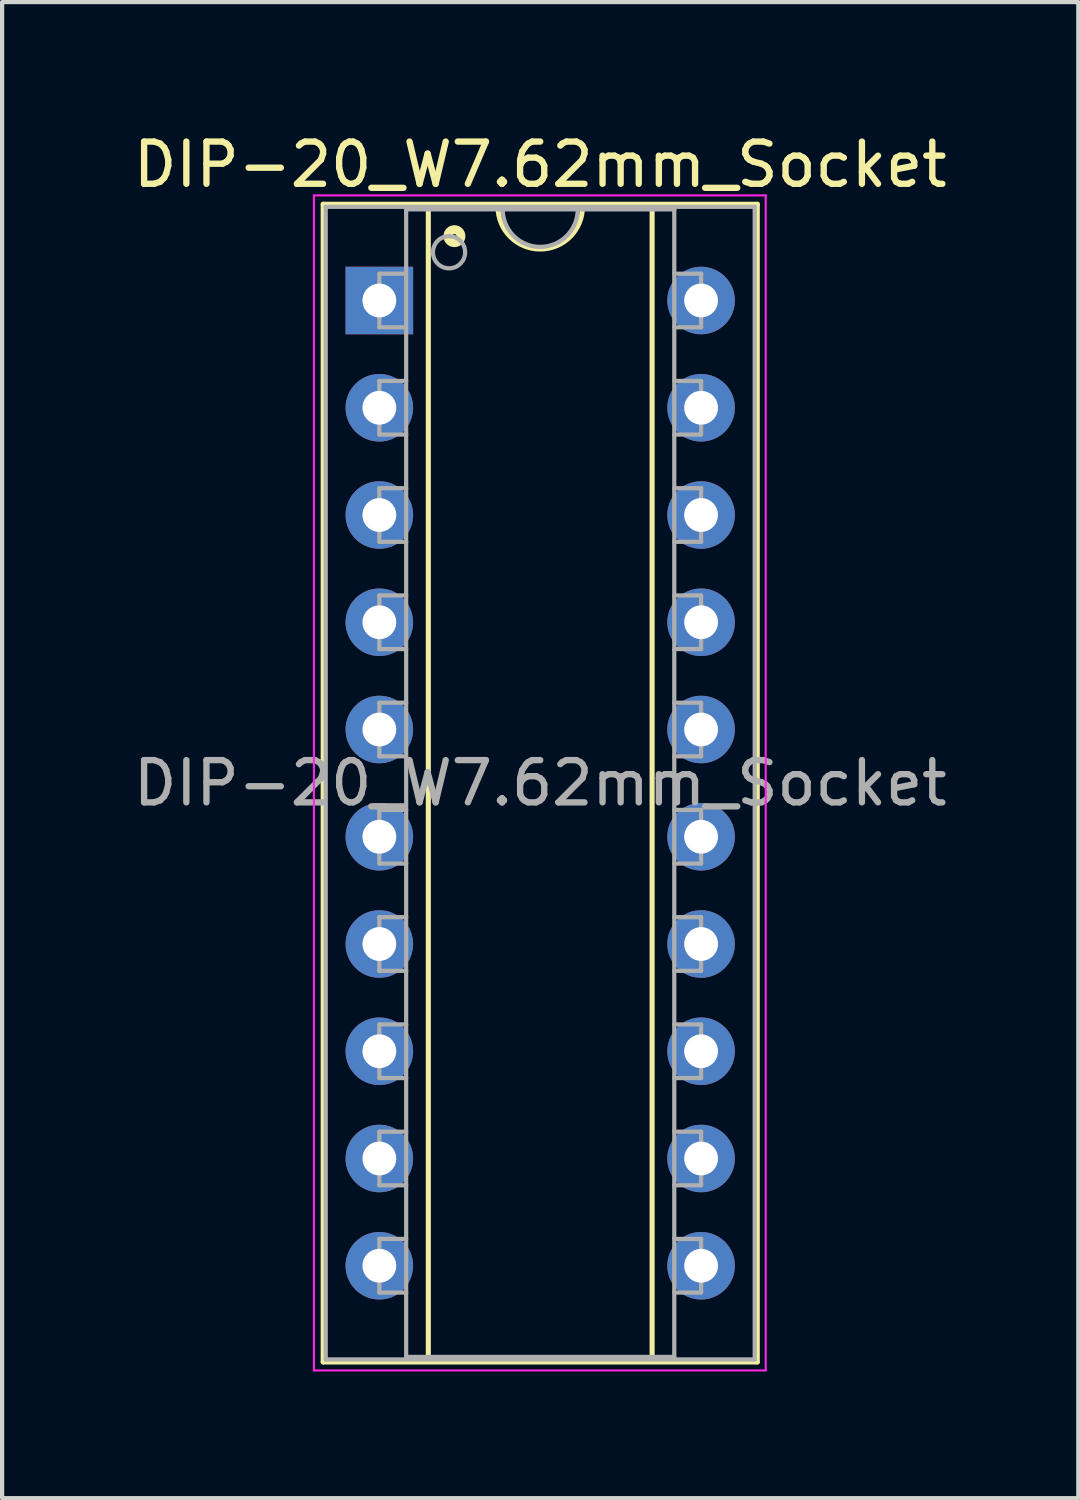
<source format=kicad_pcb>
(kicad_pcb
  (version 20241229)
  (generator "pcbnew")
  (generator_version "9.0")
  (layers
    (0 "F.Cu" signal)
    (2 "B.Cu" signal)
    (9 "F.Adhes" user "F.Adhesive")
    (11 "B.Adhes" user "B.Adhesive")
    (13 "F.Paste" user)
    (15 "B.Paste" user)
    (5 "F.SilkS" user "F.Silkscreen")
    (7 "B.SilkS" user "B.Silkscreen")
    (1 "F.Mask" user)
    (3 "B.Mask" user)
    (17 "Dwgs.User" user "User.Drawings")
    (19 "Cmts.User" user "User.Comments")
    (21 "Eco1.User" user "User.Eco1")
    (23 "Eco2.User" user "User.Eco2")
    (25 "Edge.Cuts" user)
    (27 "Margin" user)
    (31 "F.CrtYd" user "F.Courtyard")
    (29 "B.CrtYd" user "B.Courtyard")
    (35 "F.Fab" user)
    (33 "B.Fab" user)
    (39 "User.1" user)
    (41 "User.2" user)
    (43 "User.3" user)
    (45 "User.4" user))
  (footprint "DIP-20_W7.62mm_Socket"
    (layer "F.Cu")
    (at 5.934 4.067)
    (property "Reference" "DIP-20_W7.62mm_Socket" (at 3.81 -3.219 0) (layer "F.SilkS") (effects (font (size 1 1) (thickness 0.15))))
    (attr through_hole)
    (fp_line (start -1.33 -2.279) (end -1.33 25.139) (stroke (width 0.12) (type solid)) (layer "F.SilkS"))
    (fp_line (start -1.33 25.139) (end 8.95 25.139) (stroke (width 0.12) (type solid)) (layer "F.SilkS"))
    (fp_line (start 1.16 -2.219) (end 1.16 25.079) (stroke (width 0.12) (type solid)) (layer "F.SilkS"))
    (fp_line (start 1.16 25.079) (end 6.46 25.079) (stroke (width 0.12) (type solid)) (layer "F.SilkS"))
    (fp_line (start 2.81 -2.219) (end 1.16 -2.219) (stroke (width 0.12) (type solid)) (layer "F.SilkS"))
    (fp_line (start 6.46 -2.219) (end 4.81 -2.219) (stroke (width 0.12) (type solid)) (layer "F.SilkS"))
    (fp_line (start 6.46 25.079) (end 6.46 -2.219) (stroke (width 0.12) (type solid)) (layer "F.SilkS"))
    (fp_line (start 8.95 -2.279) (end -1.33 -2.279) (stroke (width 0.12) (type solid)) (layer "F.SilkS"))
    (fp_line (start 8.95 25.139) (end 8.95 -2.279) (stroke (width 0.12) (type solid)) (layer "F.SilkS"))
    (fp_arc (start 4.81 -2.219) (mid 3.81 -1.219) (end 2.81 -2.219) (stroke (width 0.12) (type solid)) (layer "F.SilkS"))
    (fp_circle (center 1.778 -1.524) (end 1.828 -1.524) (stroke (width 0.12) (type solid)) (fill no) (layer "F.SilkS"))
    (fp_circle (center 1.778 -1.524) (end 1.903 -1.524) (stroke (width 0.12) (type solid)) (fill no) (layer "F.SilkS"))
    (fp_circle (center 1.778 -1.524) (end 1.978 -1.524) (stroke (width 0.12) (type solid)) (fill no) (layer "F.SilkS"))
    (fp_line (start -1.55 -2.489) (end -1.55 25.339) (stroke (width 0.05) (type solid)) (layer "F.CrtYd"))
    (fp_line (start -1.55 25.339) (end 9.15 25.339) (stroke (width 0.05) (type solid)) (layer "F.CrtYd"))
    (fp_line (start 9.15 -2.489) (end -1.55 -2.489) (stroke (width 0.05) (type solid)) (layer "F.CrtYd"))
    (fp_line (start 9.15 25.339) (end 9.15 -2.489) (stroke (width 0.05) (type solid)) (layer "F.CrtYd"))
    (fp_line (start -1.27 -2.219) (end -1.27 25.079) (stroke (width 0.1) (type solid)) (layer "F.Fab"))
    (fp_line (start -1.27 25.079) (end 8.89 25.079) (stroke (width 0.1) (type solid)) (layer "F.Fab"))
    (fp_line (start 0 -0.635) (end 0 0.635) (stroke (width 0.1) (type solid)) (layer "F.Fab"))
    (fp_line (start 0 -0.635) (end 0.635 -0.635) (stroke (width 0.1) (type solid)) (layer "F.Fab"))
    (fp_line (start 0 0.635) (end 0.635 0.635) (stroke (width 0.1) (type solid)) (layer "F.Fab"))
    (fp_line (start 0 1.905) (end 0 3.175) (stroke (width 0.1) (type solid)) (layer "F.Fab"))
    (fp_line (start 0 1.905) (end 0.635 1.905) (stroke (width 0.1) (type solid)) (layer "F.Fab"))
    (fp_line (start 0 3.175) (end 0.635 3.175) (stroke (width 0.1) (type solid)) (layer "F.Fab"))
    (fp_line (start 0 4.445) (end 0 5.715) (stroke (width 0.1) (type solid)) (layer "F.Fab"))
    (fp_line (start 0 4.445) (end 0.635 4.445) (stroke (width 0.1) (type solid)) (layer "F.Fab"))
    (fp_line (start 0 5.715) (end 0.635 5.715) (stroke (width 0.1) (type solid)) (layer "F.Fab"))
    (fp_line (start 0 6.985) (end 0 8.255) (stroke (width 0.1) (type solid)) (layer "F.Fab"))
    (fp_line (start 0 6.985) (end 0.635 6.985) (stroke (width 0.1) (type solid)) (layer "F.Fab"))
    (fp_line (start 0 8.255) (end 0.635 8.255) (stroke (width 0.1) (type solid)) (layer "F.Fab"))
    (fp_line (start 0 9.525) (end 0 10.795) (stroke (width 0.1) (type solid)) (layer "F.Fab"))
    (fp_line (start 0 9.525) (end 0.635 9.525) (stroke (width 0.1) (type solid)) (layer "F.Fab"))
    (fp_line (start 0 10.795) (end 0.635 10.795) (stroke (width 0.1) (type solid)) (layer "F.Fab"))
    (fp_line (start 0 12.065) (end 0 13.335) (stroke (width 0.1) (type solid)) (layer "F.Fab"))
    (fp_line (start 0 12.065) (end 0.635 12.065) (stroke (width 0.1) (type solid)) (layer "F.Fab"))
    (fp_line (start 0 13.335) (end 0.635 13.335) (stroke (width 0.1) (type solid)) (layer "F.Fab"))
    (fp_line (start 0 14.605) (end 0 15.875) (stroke (width 0.1) (type solid)) (layer "F.Fab"))
    (fp_line (start 0 14.605) (end 0.635 14.605) (stroke (width 0.1) (type solid)) (layer "F.Fab"))
    (fp_line (start 0 15.875) (end 0.635 15.875) (stroke (width 0.1) (type solid)) (layer "F.Fab"))
    (fp_line (start 0 17.145) (end 0 18.415) (stroke (width 0.1) (type solid)) (layer "F.Fab"))
    (fp_line (start 0 17.145) (end 0.635 17.145) (stroke (width 0.1) (type solid)) (layer "F.Fab"))
    (fp_line (start 0 18.415) (end 0.635 18.415) (stroke (width 0.1) (type solid)) (layer "F.Fab"))
    (fp_line (start 0 19.685) (end 0 20.955) (stroke (width 0.1) (type solid)) (layer "F.Fab"))
    (fp_line (start 0 19.685) (end 0.635 19.685) (stroke (width 0.1) (type solid)) (layer "F.Fab"))
    (fp_line (start 0 20.955) (end 0.635 20.955) (stroke (width 0.1) (type solid)) (layer "F.Fab"))
    (fp_line (start 0 22.225) (end 0 23.495) (stroke (width 0.1) (type solid)) (layer "F.Fab"))
    (fp_line (start 0 22.225) (end 0.635 22.225) (stroke (width 0.1) (type solid)) (layer "F.Fab"))
    (fp_line (start 0 23.495) (end 0.635 23.495) (stroke (width 0.1) (type solid)) (layer "F.Fab"))
    (fp_line (start 0.635 -2.159) (end 6.985 -2.159) (stroke (width 0.1) (type solid)) (layer "F.Fab"))
    (fp_line (start 0.635 25.019) (end 0.635 -2.159) (stroke (width 0.1) (type solid)) (layer "F.Fab"))
    (fp_line (start 6.985 -2.159) (end 6.985 25.019) (stroke (width 0.1) (type solid)) (layer "F.Fab"))
    (fp_line (start 6.985 25.019) (end 0.635 25.019) (stroke (width 0.1) (type solid)) (layer "F.Fab"))
    (fp_line (start 7.62 -0.635) (end 6.985 -0.635) (stroke (width 0.1) (type solid)) (layer "F.Fab"))
    (fp_line (start 7.62 0.635) (end 6.985 0.635) (stroke (width 0.1) (type solid)) (layer "F.Fab"))
    (fp_line (start 7.62 0.635) (end 7.62 -0.635) (stroke (width 0.1) (type solid)) (layer "F.Fab"))
    (fp_line (start 7.62 1.905) (end 6.985 1.905) (stroke (width 0.1) (type solid)) (layer "F.Fab"))
    (fp_line (start 7.62 3.175) (end 6.985 3.175) (stroke (width 0.1) (type solid)) (layer "F.Fab"))
    (fp_line (start 7.62 3.175) (end 7.62 1.905) (stroke (width 0.1) (type solid)) (layer "F.Fab"))
    (fp_line (start 7.62 4.445) (end 6.985 4.445) (stroke (width 0.1) (type solid)) (layer "F.Fab"))
    (fp_line (start 7.62 5.715) (end 6.985 5.715) (stroke (width 0.1) (type solid)) (layer "F.Fab"))
    (fp_line (start 7.62 5.715) (end 7.62 4.445) (stroke (width 0.1) (type solid)) (layer "F.Fab"))
    (fp_line (start 7.62 6.985) (end 6.985 6.985) (stroke (width 0.1) (type solid)) (layer "F.Fab"))
    (fp_line (start 7.62 8.255) (end 6.985 8.255) (stroke (width 0.1) (type solid)) (layer "F.Fab"))
    (fp_line (start 7.62 8.255) (end 7.62 6.985) (stroke (width 0.1) (type solid)) (layer "F.Fab"))
    (fp_line (start 7.62 9.525) (end 6.985 9.525) (stroke (width 0.1) (type solid)) (layer "F.Fab"))
    (fp_line (start 7.62 10.795) (end 6.985 10.795) (stroke (width 0.1) (type solid)) (layer "F.Fab"))
    (fp_line (start 7.62 10.795) (end 7.62 9.525) (stroke (width 0.1) (type solid)) (layer "F.Fab"))
    (fp_line (start 7.62 12.065) (end 6.985 12.065) (stroke (width 0.1) (type solid)) (layer "F.Fab"))
    (fp_line (start 7.62 13.335) (end 6.985 13.335) (stroke (width 0.1) (type solid)) (layer "F.Fab"))
    (fp_line (start 7.62 13.335) (end 7.62 12.065) (stroke (width 0.1) (type solid)) (layer "F.Fab"))
    (fp_line (start 7.62 14.605) (end 6.985 14.605) (stroke (width 0.1) (type solid)) (layer "F.Fab"))
    (fp_line (start 7.62 15.875) (end 6.985 15.875) (stroke (width 0.1) (type solid)) (layer "F.Fab"))
    (fp_line (start 7.62 15.875) (end 7.62 14.605) (stroke (width 0.1) (type solid)) (layer "F.Fab"))
    (fp_line (start 7.62 17.145) (end 6.985 17.145) (stroke (width 0.1) (type solid)) (layer "F.Fab"))
    (fp_line (start 7.62 18.415) (end 6.985 18.415) (stroke (width 0.1) (type solid)) (layer "F.Fab"))
    (fp_line (start 7.62 18.415) (end 7.62 17.145) (stroke (width 0.1) (type solid)) (layer "F.Fab"))
    (fp_line (start 7.62 19.685) (end 6.985 19.685) (stroke (width 0.1) (type solid)) (layer "F.Fab"))
    (fp_line (start 7.62 20.955) (end 6.985 20.955) (stroke (width 0.1) (type solid)) (layer "F.Fab"))
    (fp_line (start 7.62 20.955) (end 7.62 19.685) (stroke (width 0.1) (type solid)) (layer "F.Fab"))
    (fp_line (start 7.62 22.225) (end 6.985 22.225) (stroke (width 0.1) (type solid)) (layer "F.Fab"))
    (fp_line (start 7.62 23.495) (end 6.985 23.495) (stroke (width 0.1) (type solid)) (layer "F.Fab"))
    (fp_line (start 7.62 23.495) (end 7.62 22.225) (stroke (width 0.1) (type solid)) (layer "F.Fab"))
    (fp_line (start 8.89 -2.219) (end -1.27 -2.219) (stroke (width 0.1) (type solid)) (layer "F.Fab"))
    (fp_line (start 8.89 25.079) (end 8.89 -2.219) (stroke (width 0.1) (type solid)) (layer "F.Fab"))
    (fp_arc (start 4.699 -2.159) (mid 3.81 -1.27) (end 2.921 -2.159) (stroke (width 0.1) (type solid)) (layer "F.Fab"))
    (fp_circle (center 1.651 -1.143) (end 2.032 -1.143) (stroke (width 0.1) (type solid)) (fill no) (layer "F.Fab"))
    (fp_text user "${REFERENCE}" (at 3.81 11.43 0) (layer "F.Fab") (effects (font (size 1 1) (thickness 0.15))))
    (pad "1" thru_hole rect (at 0 0) (size 1.6 1.6) (drill 0.8) (layers "*.Cu" "*.Mask"))
    (pad "2" thru_hole oval (at 0 2.54) (size 1.6 1.6) (drill 0.8) (layers "*.Cu" "*.Mask"))
    (pad "3" thru_hole oval (at 0 5.08) (size 1.6 1.6) (drill 0.8) (layers "*.Cu" "*.Mask"))
    (pad "4" thru_hole oval (at 0 7.62) (size 1.6 1.6) (drill 0.8) (layers "*.Cu" "*.Mask"))
    (pad "5" thru_hole oval (at 0 10.16) (size 1.6 1.6) (drill 0.8) (layers "*.Cu" "*.Mask"))
    (pad "6" thru_hole oval (at 0 12.7) (size 1.6 1.6) (drill 0.8) (layers "*.Cu" "*.Mask"))
    (pad "7" thru_hole oval (at 0 15.24) (size 1.6 1.6) (drill 0.8) (layers "*.Cu" "*.Mask"))
    (pad "8" thru_hole oval (at 0 17.78) (size 1.6 1.6) (drill 0.8) (layers "*.Cu" "*.Mask"))
    (pad "9" thru_hole oval (at 0 20.32) (size 1.6 1.6) (drill 0.8) (layers "*.Cu" "*.Mask"))
    (pad "10" thru_hole oval (at 0 22.86) (size 1.6 1.6) (drill 0.8) (layers "*.Cu" "*.Mask"))
    (pad "11" thru_hole oval (at 7.62 22.86) (size 1.6 1.6) (drill 0.8) (layers "*.Cu" "*.Mask"))
    (pad "12" thru_hole oval (at 7.62 20.32) (size 1.6 1.6) (drill 0.8) (layers "*.Cu" "*.Mask"))
    (pad "13" thru_hole oval (at 7.62 17.78) (size 1.6 1.6) (drill 0.8) (layers "*.Cu" "*.Mask"))
    (pad "14" thru_hole oval (at 7.62 15.24) (size 1.6 1.6) (drill 0.8) (layers "*.Cu" "*.Mask"))
    (pad "15" thru_hole oval (at 7.62 12.7) (size 1.6 1.6) (drill 0.8) (layers "*.Cu" "*.Mask"))
    (pad "16" thru_hole oval (at 7.62 10.16) (size 1.6 1.6) (drill 0.8) (layers "*.Cu" "*.Mask"))
    (pad "17" thru_hole oval (at 7.62 7.62) (size 1.6 1.6) (drill 0.8) (layers "*.Cu" "*.Mask"))
    (pad "18" thru_hole oval (at 7.62 5.08) (size 1.6 1.6) (drill 0.8) (layers "*.Cu" "*.Mask"))
    (pad "19" thru_hole oval (at 7.62 2.54) (size 1.6 1.6) (drill 0.8) (layers "*.Cu" "*.Mask"))
    (pad "20" thru_hole oval (at 7.62 0) (size 1.6 1.6) (drill 0.8) (layers "*.Cu" "*.Mask")))
  (gr_rect
    (start -3 -3)
    (end 22.488 32.431)
    (stroke (width 0.1) (type default))
    (fill no)
    (layer "Edge.Cuts")))
</source>
